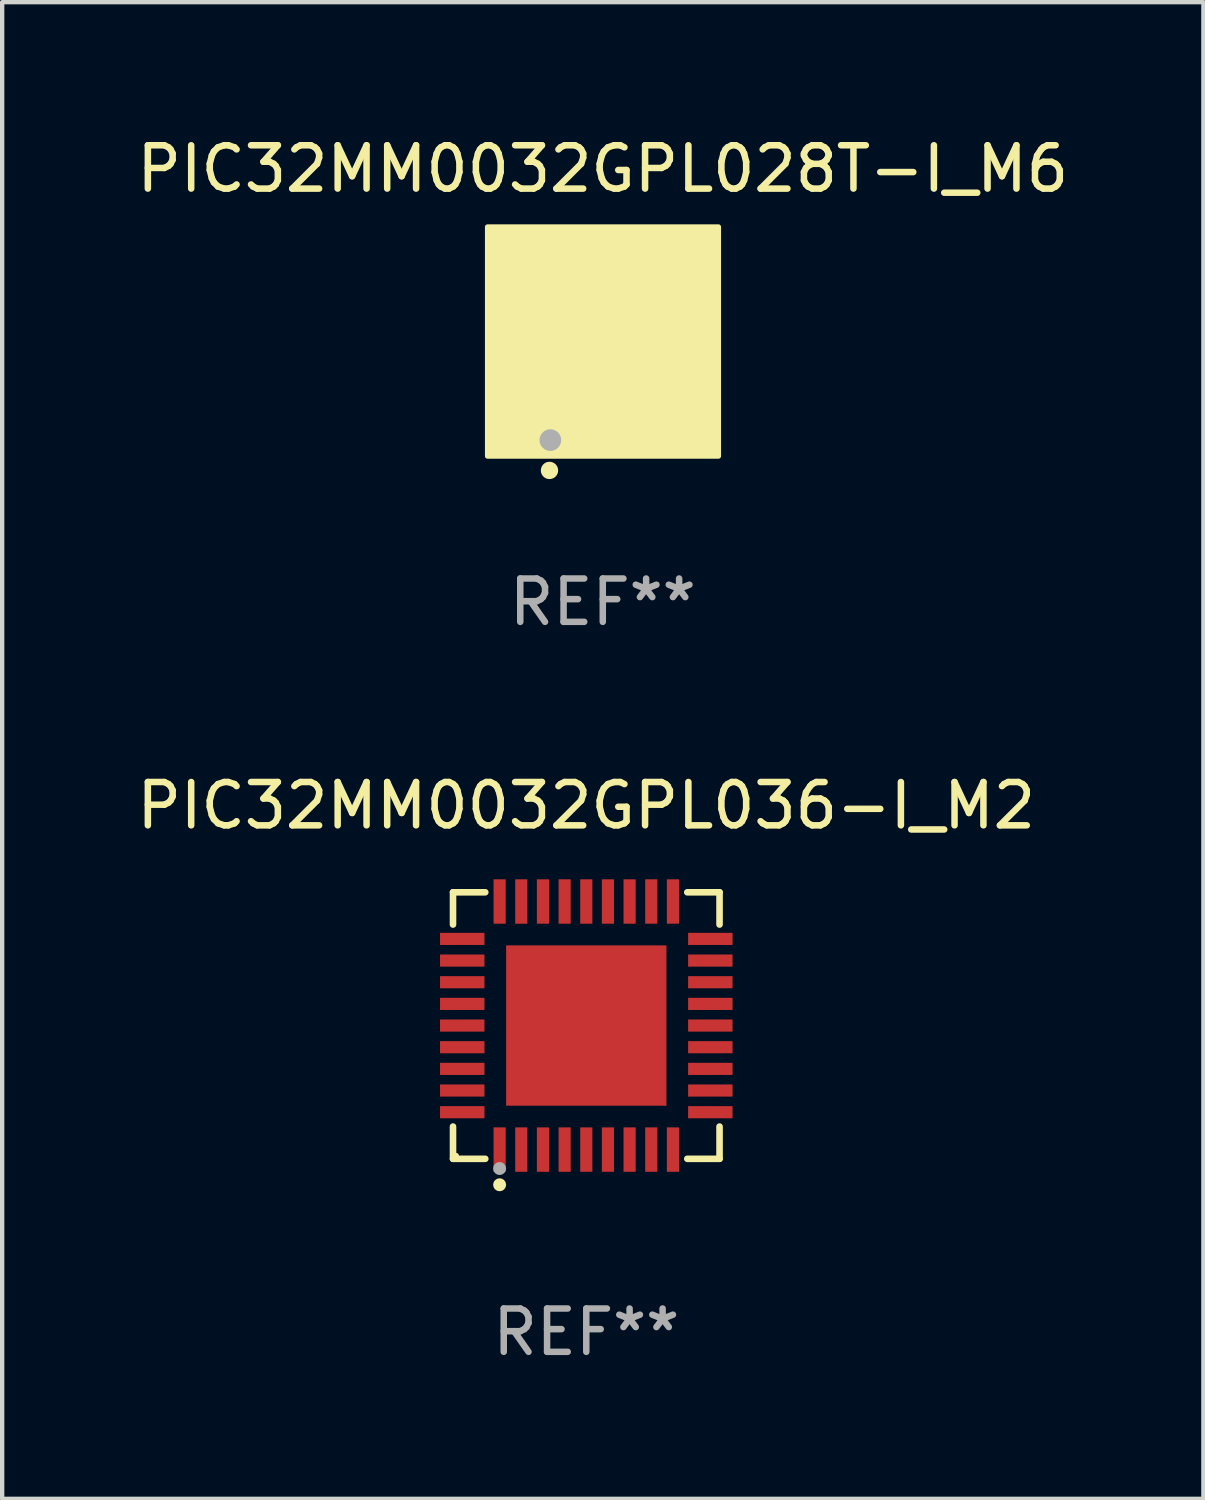
<source format=kicad_pcb>
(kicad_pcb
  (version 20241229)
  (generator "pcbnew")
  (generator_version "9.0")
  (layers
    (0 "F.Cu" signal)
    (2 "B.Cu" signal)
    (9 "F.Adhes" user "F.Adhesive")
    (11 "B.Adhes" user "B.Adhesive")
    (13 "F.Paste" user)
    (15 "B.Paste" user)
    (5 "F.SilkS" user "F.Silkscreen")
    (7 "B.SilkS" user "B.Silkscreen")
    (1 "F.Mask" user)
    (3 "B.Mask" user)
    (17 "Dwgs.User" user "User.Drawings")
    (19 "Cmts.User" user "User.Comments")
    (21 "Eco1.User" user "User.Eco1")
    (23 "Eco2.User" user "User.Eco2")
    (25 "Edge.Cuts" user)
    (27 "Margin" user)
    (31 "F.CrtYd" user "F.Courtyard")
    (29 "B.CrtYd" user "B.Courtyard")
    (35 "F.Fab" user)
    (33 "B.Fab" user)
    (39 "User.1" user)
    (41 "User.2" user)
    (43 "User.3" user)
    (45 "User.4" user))
  (footprint "PIC32MM0032GPL028T-I_M6"
    (layer "F.Cu")
    (at 10.863 4.848)
    (property "Reference" "PIC32MM0032GPL028T-I_M6" (at 0 -4 0) (layer "F.SilkS") (effects (font (size 1 1) (thickness 0.15))))
    (attr through_hole)
    (fp_circle (center -2 2) (end -1.97 2) (stroke (width 0.06) (type solid)) (fill no) (layer "F.SilkS"))
    (fp_circle (center -1.23 2.96) (end -1.13 2.96) (stroke (width 0.2) (type solid)) (fill no) (layer "F.SilkS"))
    (fp_poly (pts (xy -2.66 -2.66) (xy 2.67 -2.66) (xy 2.67 2.63) (xy -2.66 2.63)) (stroke (width 0.12) (type solid)) (fill yes) (layer "F.SilkS"))
    (fp_circle (center -1.21 2.26) (end -1.085 2.26) (stroke (width 0.25) (type solid)) (fill no) (layer "F.Fab"))
    (fp_text user "REF**" (at 0 6 0) (layer "F.Fab") (effects (font (size 1 1) (thickness 0.15))))
    (pad "1" smd rect (at -1.2 2 180) (size 0.2 0.85) (layers "F.Cu" "F.Mask" "F.Paste"))
    (pad "2" smd rect (at -0.8 2 180) (size 0.2 0.85) (layers "F.Cu" "F.Mask" "F.Paste"))
    (pad "3" smd rect (at -0.4 2 180) (size 0.2 0.85) (layers "F.Cu" "F.Mask" "F.Paste"))
    (pad "4" smd rect (at -0.000025 2 180) (size 0.2 0.85) (layers "F.Cu" "F.Mask" "F.Paste"))
    (pad "5" smd rect (at 0.4 2 180) (size 0.2 0.85) (layers "F.Cu" "F.Mask" "F.Paste"))
    (pad "6" smd rect (at 0.8 2 180) (size 0.2 0.85) (layers "F.Cu" "F.Mask" "F.Paste"))
    (pad "7" smd rect (at 1.2 2 180) (size 0.2 0.85) (layers "F.Cu" "F.Mask" "F.Paste"))
    (pad "8" smd rect (at 2 1.2 270) (size 0.2 0.85) (layers "F.Cu" "F.Mask" "F.Paste"))
    (pad "9" smd rect (at 2 0.8 270) (size 0.2 0.85) (layers "F.Cu" "F.Mask" "F.Paste"))
    (pad "10" smd rect (at 2 0.4 270) (size 0.2 0.85) (layers "F.Cu" "F.Mask" "F.Paste"))
    (pad "11" smd rect (at 2 -0.000025 270) (size 0.2 0.85) (layers "F.Cu" "F.Mask" "F.Paste"))
    (pad "12" smd rect (at 2 -0.4 270) (size 0.2 0.85) (layers "F.Cu" "F.Mask" "F.Paste"))
    (pad "13" smd rect (at 2 -0.8 270) (size 0.2 0.85) (layers "F.Cu" "F.Mask" "F.Paste"))
    (pad "14" smd rect (at 2 -1.2 270) (size 0.2 0.85) (layers "F.Cu" "F.Mask" "F.Paste"))
    (pad "15" smd rect (at 1.2 -2) (size 0.2 0.85) (layers "F.Cu" "F.Mask" "F.Paste"))
    (pad "16" smd rect (at 0.8 -2) (size 0.2 0.85) (layers "F.Cu" "F.Mask" "F.Paste"))
    (pad "17" smd rect (at 0.4 -2) (size 0.2 0.85) (layers "F.Cu" "F.Mask" "F.Paste"))
    (pad "18" smd rect (at -0.000051 -2) (size 0.2 0.85) (layers "F.Cu" "F.Mask" "F.Paste"))
    (pad "19" smd rect (at -0.4 -2) (size 0.2 0.85) (layers "F.Cu" "F.Mask" "F.Paste"))
    (pad "20" smd rect (at -0.8 -2) (size 0.2 0.85) (layers "F.Cu" "F.Mask" "F.Paste"))
    (pad "21" smd rect (at -1.2 -2) (size 0.2 0.85) (layers "F.Cu" "F.Mask" "F.Paste"))
    (pad "22" smd rect (at -2 -1.2 90) (size 0.2 0.85) (layers "F.Cu" "F.Mask" "F.Paste"))
    (pad "23" smd rect (at -2 -0.8 90) (size 0.2 0.85) (layers "F.Cu" "F.Mask" "F.Paste"))
    (pad "24" smd rect (at -2 -0.4 90) (size 0.2 0.85) (layers "F.Cu" "F.Mask" "F.Paste"))
    (pad "25" smd rect (at -2 -0.000025 90) (size 0.2 0.85) (layers "F.Cu" "F.Mask" "F.Paste"))
    (pad "26" smd rect (at -2 0.4 90) (size 0.2 0.85) (layers "F.Cu" "F.Mask" "F.Paste"))
    (pad "27" smd rect (at -2 0.8 90) (size 0.2 0.85) (layers "F.Cu" "F.Mask" "F.Paste"))
    (pad "28" smd rect (at -2 1.2 90) (size 0.2 0.85) (layers "F.Cu" "F.Mask" "F.Paste"))
    (pad "29" smd rect (at -1.95 -1.95 90) (size 0.78 0.78) (layers "F.Cu" "F.Mask" "F.Paste"))
    (pad "29" smd rect (at -1.95 1.95 90) (size 0.78 0.78) (layers "F.Cu" "F.Mask" "F.Paste"))
    (pad "29" smd rect (at 0.000254 0 90) (size 2 2) (layers "F.Cu" "F.Mask" "F.Paste"))
    (pad "29" smd rect (at 1.95 -1.95 90) (size 0.78 0.78) (layers "F.Cu" "F.Mask" "F.Paste"))
    (pad "29" smd rect (at 1.95 1.95 90) (size 0.78 0.78) (layers "F.Cu" "F.Mask" "F.Paste")))
  (footprint "PIC32MM0032GPL036-I_M2"
    (layer "F.Cu")
    (at 10.482 20.621)
    (property "Reference" "PIC32MM0032GPL036-I_M2" (at 0 -5.076 0) (layer "F.SilkS") (effects (font (size 1 1) (thickness 0.15))))
    (attr through_hole)
    (fp_line (start -3.076 -3.076) (end -2.331 -3.076) (stroke (width 0.152) (type solid)) (layer "F.SilkS"))
    (fp_line (start -3.076 -2.331) (end -3.076 -3.076) (stroke (width 0.152) (type solid)) (layer "F.SilkS"))
    (fp_line (start -3.076 2.331) (end -3.076 3.076) (stroke (width 0.152) (type solid)) (layer "F.SilkS"))
    (fp_line (start -3.076 3.076) (end -2.331 3.076) (stroke (width 0.152) (type solid)) (layer "F.SilkS"))
    (fp_line (start 3.076 -3.076) (end 2.331 -3.076) (stroke (width 0.152) (type solid)) (layer "F.SilkS"))
    (fp_line (start 3.076 -2.331) (end 3.076 -3.076) (stroke (width 0.152) (type solid)) (layer "F.SilkS"))
    (fp_line (start 3.076 2.331) (end 3.076 3.076) (stroke (width 0.152) (type solid)) (layer "F.SilkS"))
    (fp_line (start 3.076 3.076) (end 2.331 3.076) (stroke (width 0.152) (type solid)) (layer "F.SilkS"))
    (fp_circle (center -3 3) (end -2.97 3) (stroke (width 0.06) (type solid)) (fill no) (layer "F.SilkS"))
    (fp_circle (center -2 3.675) (end -1.925 3.675) (stroke (width 0.15) (type solid)) (fill no) (layer "F.SilkS"))
    (fp_circle (center -2 3.3) (end -1.925 3.3) (stroke (width 0.15) (type solid)) (fill no) (layer "F.Fab"))
    (fp_text user "REF**" (at 0 7.076 0) (layer "F.Fab") (effects (font (size 1 1) (thickness 0.15))))
    (pad "1" smd rect (at -2 2.863) (size 0.28 1.025) (layers "F.Cu" "F.Mask" "F.Paste"))
    (pad "2" smd rect (at -1.5 2.863) (size 0.28 1.025) (layers "F.Cu" "F.Mask" "F.Paste"))
    (pad "3" smd rect (at -1 2.863) (size 0.28 1.025) (layers "F.Cu" "F.Mask" "F.Paste"))
    (pad "4" smd rect (at -0.5 2.863) (size 0.28 1.025) (layers "F.Cu" "F.Mask" "F.Paste"))
    (pad "5" smd rect (at 0 2.863) (size 0.28 1.025) (layers "F.Cu" "F.Mask" "F.Paste"))
    (pad "6" smd rect (at 0.5 2.863) (size 0.28 1.025) (layers "F.Cu" "F.Mask" "F.Paste"))
    (pad "7" smd rect (at 1 2.863) (size 0.28 1.025) (layers "F.Cu" "F.Mask" "F.Paste"))
    (pad "8" smd rect (at 1.5 2.863) (size 0.28 1.025) (layers "F.Cu" "F.Mask" "F.Paste"))
    (pad "9" smd rect (at 2 2.863) (size 0.28 1.025) (layers "F.Cu" "F.Mask" "F.Paste"))
    (pad "10" smd rect (at 2.863 2) (size 1.025 0.28) (layers "F.Cu" "F.Mask" "F.Paste"))
    (pad "11" smd rect (at 2.863 1.5) (size 1.025 0.28) (layers "F.Cu" "F.Mask" "F.Paste"))
    (pad "12" smd rect (at 2.863 1) (size 1.025 0.28) (layers "F.Cu" "F.Mask" "F.Paste"))
    (pad "13" smd rect (at 2.863 0.5) (size 1.025 0.28) (layers "F.Cu" "F.Mask" "F.Paste"))
    (pad "14" smd rect (at 2.863 0) (size 1.025 0.28) (layers "F.Cu" "F.Mask" "F.Paste"))
    (pad "15" smd rect (at 2.863 -0.5) (size 1.025 0.28) (layers "F.Cu" "F.Mask" "F.Paste"))
    (pad "16" smd rect (at 2.863 -1) (size 1.025 0.28) (layers "F.Cu" "F.Mask" "F.Paste"))
    (pad "17" smd rect (at 2.863 -1.5) (size 1.025 0.28) (layers "F.Cu" "F.Mask" "F.Paste"))
    (pad "18" smd rect (at 2.863 -2) (size 1.025 0.28) (layers "F.Cu" "F.Mask" "F.Paste"))
    (pad "19" smd rect (at 2 -2.863) (size 0.28 1.025) (layers "F.Cu" "F.Mask" "F.Paste"))
    (pad "20" smd rect (at 1.5 -2.863) (size 0.28 1.025) (layers "F.Cu" "F.Mask" "F.Paste"))
    (pad "21" smd rect (at 1 -2.863) (size 0.28 1.025) (layers "F.Cu" "F.Mask" "F.Paste"))
    (pad "22" smd rect (at 0.5 -2.863) (size 0.28 1.025) (layers "F.Cu" "F.Mask" "F.Paste"))
    (pad "23" smd rect (at 0 -2.863) (size 0.28 1.025) (layers "F.Cu" "F.Mask" "F.Paste"))
    (pad "24" smd rect (at -0.5 -2.863) (size 0.28 1.025) (layers "F.Cu" "F.Mask" "F.Paste"))
    (pad "25" smd rect (at -1 -2.863) (size 0.28 1.025) (layers "F.Cu" "F.Mask" "F.Paste"))
    (pad "26" smd rect (at -1.5 -2.863) (size 0.28 1.025) (layers "F.Cu" "F.Mask" "F.Paste"))
    (pad "27" smd rect (at -2 -2.863) (size 0.28 1.025) (layers "F.Cu" "F.Mask" "F.Paste"))
    (pad "28" smd rect (at -2.863 -2) (size 1.025 0.28) (layers "F.Cu" "F.Mask" "F.Paste"))
    (pad "29" smd rect (at -2.863 -1.5) (size 1.025 0.28) (layers "F.Cu" "F.Mask" "F.Paste"))
    (pad "30" smd rect (at -2.863 -1) (size 1.025 0.28) (layers "F.Cu" "F.Mask" "F.Paste"))
    (pad "31" smd rect (at -2.863 -0.5) (size 1.025 0.28) (layers "F.Cu" "F.Mask" "F.Paste"))
    (pad "32" smd rect (at -2.863 0) (size 1.025 0.28) (layers "F.Cu" "F.Mask" "F.Paste"))
    (pad "33" smd rect (at -2.863 0.5) (size 1.025 0.28) (layers "F.Cu" "F.Mask" "F.Paste"))
    (pad "34" smd rect (at -2.863 1) (size 1.025 0.28) (layers "F.Cu" "F.Mask" "F.Paste"))
    (pad "35" smd rect (at -2.863 1.5) (size 1.025 0.28) (layers "F.Cu" "F.Mask" "F.Paste"))
    (pad "36" smd rect (at -2.863 2) (size 1.025 0.28) (layers "F.Cu" "F.Mask" "F.Paste"))
    (pad "37" smd rect (at 0 0) (size 3.7 3.7) (layers "F.Cu" "F.Mask" "F.Paste")))
  (gr_rect
    (start -3 -3)
    (end 24.726 31.545)
    (stroke (width 0.1) (type default))
    (fill no)
    (layer "Edge.Cuts")))
</source>
